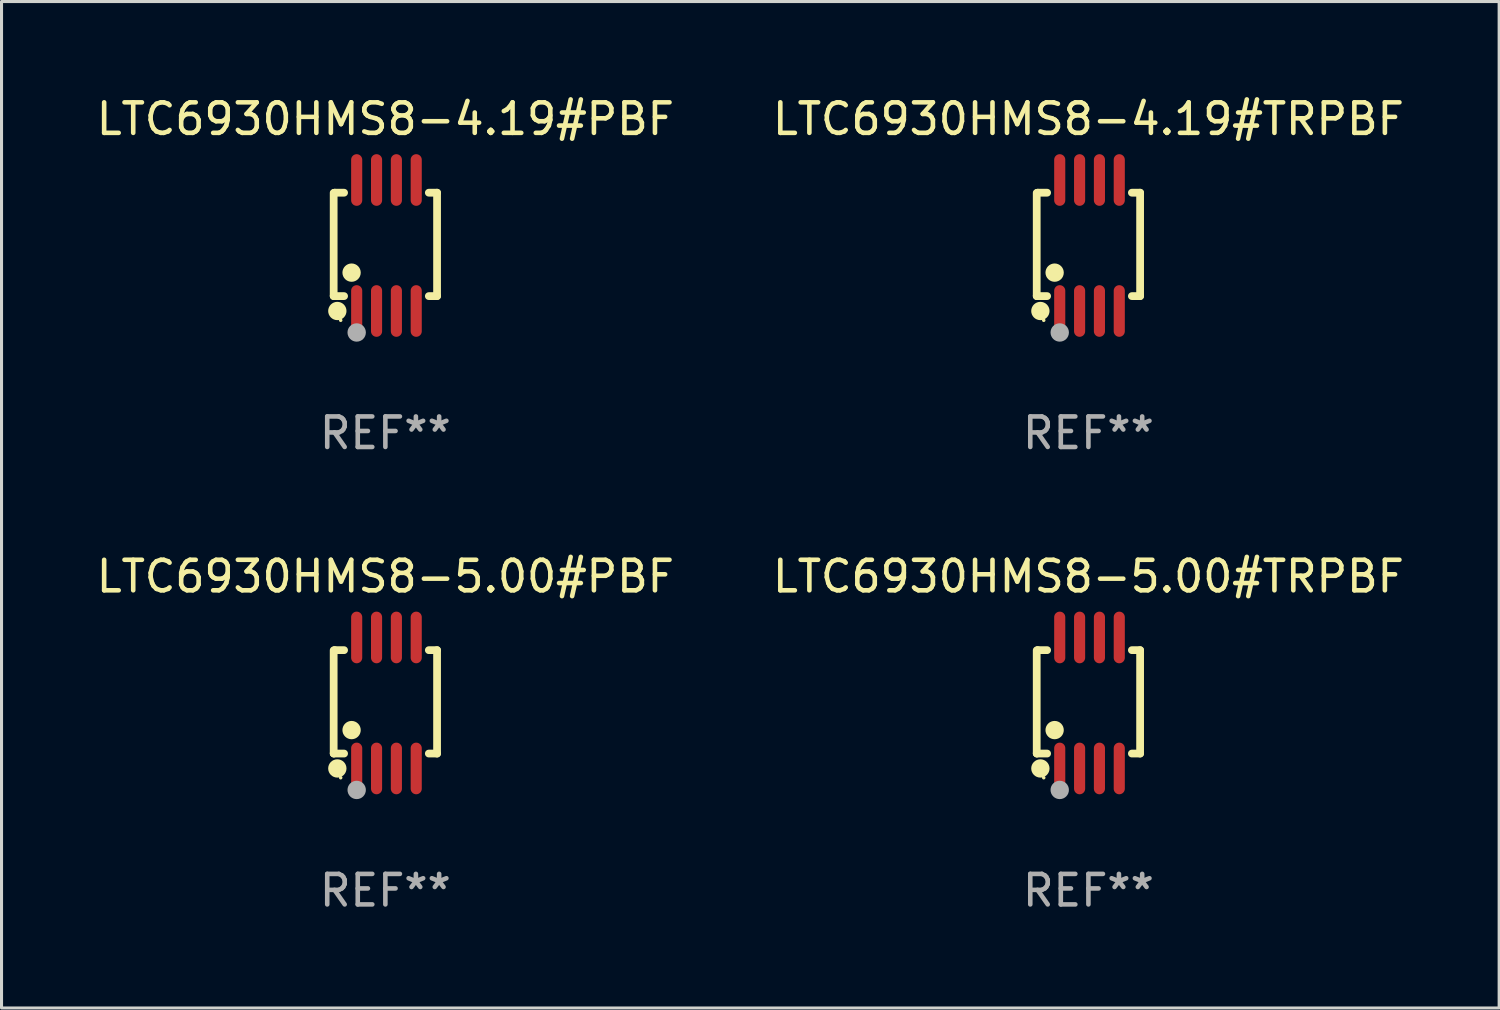
<source format=kicad_pcb>
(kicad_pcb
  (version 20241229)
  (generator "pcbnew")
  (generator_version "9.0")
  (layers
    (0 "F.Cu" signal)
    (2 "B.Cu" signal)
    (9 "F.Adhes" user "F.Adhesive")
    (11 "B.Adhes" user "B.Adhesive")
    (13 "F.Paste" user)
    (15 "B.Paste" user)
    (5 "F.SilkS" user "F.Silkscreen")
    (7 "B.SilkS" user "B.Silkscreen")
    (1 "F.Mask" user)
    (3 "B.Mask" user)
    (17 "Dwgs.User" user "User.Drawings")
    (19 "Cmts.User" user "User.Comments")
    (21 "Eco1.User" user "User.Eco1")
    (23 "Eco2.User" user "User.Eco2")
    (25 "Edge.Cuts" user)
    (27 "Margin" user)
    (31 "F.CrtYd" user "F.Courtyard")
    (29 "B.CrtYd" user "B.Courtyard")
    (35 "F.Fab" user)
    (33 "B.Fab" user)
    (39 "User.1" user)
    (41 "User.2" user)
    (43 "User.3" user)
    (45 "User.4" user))
  (footprint "LTC6930HMS8-5.00#PBF"
    (layer "F.Cu")
    (at 9.577 19.983)
    (property "Reference" "LTC6930HMS8-5.00#PBF" (at 0 -4.146 0) (layer "F.SilkS") (effects (font (size 1 1) (thickness 0.15))))
    (attr through_hole)
    (fp_line (start -1.694 -1.724) (end -1.694 1.652) (stroke (width 0.254) (type solid)) (layer "F.SilkS"))
    (fp_line (start -1.694 1.652) (end -1.688 1.658) (stroke (width 0.254) (type solid)) (layer "F.SilkS"))
    (fp_line (start -1.688 1.658) (end -1.353 1.658) (stroke (width 0.254) (type solid)) (layer "F.SilkS"))
    (fp_line (start -1.661 -1.73) (end -1.681 -1.71) (stroke (width 0.254) (type solid)) (layer "F.SilkS"))
    (fp_line (start -1.353 -1.73) (end -1.661 -1.73) (stroke (width 0.254) (type solid)) (layer "F.SilkS"))
    (fp_line (start 1.424 1.658) (end 1.694 1.658) (stroke (width 0.254) (type solid)) (layer "F.SilkS"))
    (fp_line (start 1.694 -1.73) (end 1.424 -1.73) (stroke (width 0.254) (type solid)) (layer "F.SilkS"))
    (fp_line (start 1.694 1.658) (end 1.694 -1.73) (stroke (width 0.254) (type solid)) (layer "F.SilkS"))
    (fp_circle (center -1.574 2.146) (end -1.424 2.146) (stroke (width 0.3) (type solid)) (fill no) (layer "F.SilkS"))
    (fp_circle (center -1.464 2.45) (end -1.434 2.45) (stroke (width 0.06) (type solid)) (fill no) (layer "F.SilkS"))
    (fp_circle (center -1.107 0.889) (end -0.957 0.889) (stroke (width 0.3) (type solid)) (fill no) (layer "F.SilkS"))
    (fp_circle (center -0.94 2.85) (end -0.789 2.85) (stroke (width 0.3) (type solid)) (fill no) (layer "F.Fab"))
    (fp_text user "REF**" (at 0 6.146 0) (layer "F.Fab") (effects (font (size 1 1) (thickness 0.15))))
    (pad "1" smd oval (at -0.94 2.146) (size 0.364 1.692) (layers "F.Cu" "F.Mask" "F.Paste"))
    (pad "2" smd oval (at -0.289 2.146) (size 0.364 1.692) (layers "F.Cu" "F.Mask" "F.Paste"))
    (pad "3" smd oval (at 0.361 2.146) (size 0.364 1.692) (layers "F.Cu" "F.Mask" "F.Paste"))
    (pad "4" smd oval (at 1.011 2.146) (size 0.364 1.692) (layers "F.Cu" "F.Mask" "F.Paste"))
    (pad "5" smd oval (at 1.011 -2.146) (size 0.364 1.692) (layers "F.Cu" "F.Mask" "F.Paste"))
    (pad "6" smd oval (at 0.361 -2.146) (size 0.364 1.692) (layers "F.Cu" "F.Mask" "F.Paste"))
    (pad "7" smd oval (at -0.289 -2.146) (size 0.364 1.692) (layers "F.Cu" "F.Mask" "F.Paste"))
    (pad "8" smd oval (at -0.94 -2.146) (size 0.364 1.692) (layers "F.Cu" "F.Mask" "F.Paste")))
  (footprint "LTC6930HMS8-5.00#TRPBF"
    (layer "F.Cu")
    (at 32.613 19.983)
    (property "Reference" "LTC6930HMS8-5.00#TRPBF" (at 0 -4.146 0) (layer "F.SilkS") (effects (font (size 1 1) (thickness 0.15))))
    (attr through_hole)
    (fp_line (start -1.694 -1.724) (end -1.694 1.652) (stroke (width 0.254) (type solid)) (layer "F.SilkS"))
    (fp_line (start -1.694 1.652) (end -1.688 1.658) (stroke (width 0.254) (type solid)) (layer "F.SilkS"))
    (fp_line (start -1.688 1.658) (end -1.353 1.658) (stroke (width 0.254) (type solid)) (layer "F.SilkS"))
    (fp_line (start -1.661 -1.73) (end -1.681 -1.71) (stroke (width 0.254) (type solid)) (layer "F.SilkS"))
    (fp_line (start -1.353 -1.73) (end -1.661 -1.73) (stroke (width 0.254) (type solid)) (layer "F.SilkS"))
    (fp_line (start 1.424 1.658) (end 1.694 1.658) (stroke (width 0.254) (type solid)) (layer "F.SilkS"))
    (fp_line (start 1.694 -1.73) (end 1.424 -1.73) (stroke (width 0.254) (type solid)) (layer "F.SilkS"))
    (fp_line (start 1.694 1.658) (end 1.694 -1.73) (stroke (width 0.254) (type solid)) (layer "F.SilkS"))
    (fp_circle (center -1.574 2.146) (end -1.424 2.146) (stroke (width 0.3) (type solid)) (fill no) (layer "F.SilkS"))
    (fp_circle (center -1.464 2.45) (end -1.434 2.45) (stroke (width 0.06) (type solid)) (fill no) (layer "F.SilkS"))
    (fp_circle (center -1.107 0.889) (end -0.957 0.889) (stroke (width 0.3) (type solid)) (fill no) (layer "F.SilkS"))
    (fp_circle (center -0.94 2.85) (end -0.789 2.85) (stroke (width 0.3) (type solid)) (fill no) (layer "F.Fab"))
    (fp_text user "REF**" (at 0 6.146 0) (layer "F.Fab") (effects (font (size 1 1) (thickness 0.15))))
    (pad "1" smd oval (at -0.94 2.146) (size 0.364 1.692) (layers "F.Cu" "F.Mask" "F.Paste"))
    (pad "2" smd oval (at -0.289 2.146) (size 0.364 1.692) (layers "F.Cu" "F.Mask" "F.Paste"))
    (pad "3" smd oval (at 0.361 2.146) (size 0.364 1.692) (layers "F.Cu" "F.Mask" "F.Paste"))
    (pad "4" smd oval (at 1.011 2.146) (size 0.364 1.692) (layers "F.Cu" "F.Mask" "F.Paste"))
    (pad "5" smd oval (at 1.011 -2.146) (size 0.364 1.692) (layers "F.Cu" "F.Mask" "F.Paste"))
    (pad "6" smd oval (at 0.361 -2.146) (size 0.364 1.692) (layers "F.Cu" "F.Mask" "F.Paste"))
    (pad "7" smd oval (at -0.289 -2.146) (size 0.364 1.692) (layers "F.Cu" "F.Mask" "F.Paste"))
    (pad "8" smd oval (at -0.94 -2.146) (size 0.364 1.692) (layers "F.Cu" "F.Mask" "F.Paste")))
  (footprint "LTC6930HMS8-4.19#PBF"
    (layer "F.Cu")
    (at 9.577 4.994)
    (property "Reference" "LTC6930HMS8-4.19#PBF" (at 0 -4.146 0) (layer "F.SilkS") (effects (font (size 1 1) (thickness 0.15))))
    (attr through_hole)
    (fp_line (start -1.694 -1.724) (end -1.694 1.652) (stroke (width 0.254) (type solid)) (layer "F.SilkS"))
    (fp_line (start -1.694 1.652) (end -1.688 1.658) (stroke (width 0.254) (type solid)) (layer "F.SilkS"))
    (fp_line (start -1.688 1.658) (end -1.353 1.658) (stroke (width 0.254) (type solid)) (layer "F.SilkS"))
    (fp_line (start -1.661 -1.73) (end -1.681 -1.71) (stroke (width 0.254) (type solid)) (layer "F.SilkS"))
    (fp_line (start -1.353 -1.73) (end -1.661 -1.73) (stroke (width 0.254) (type solid)) (layer "F.SilkS"))
    (fp_line (start 1.424 1.658) (end 1.694 1.658) (stroke (width 0.254) (type solid)) (layer "F.SilkS"))
    (fp_line (start 1.694 -1.73) (end 1.424 -1.73) (stroke (width 0.254) (type solid)) (layer "F.SilkS"))
    (fp_line (start 1.694 1.658) (end 1.694 -1.73) (stroke (width 0.254) (type solid)) (layer "F.SilkS"))
    (fp_circle (center -1.574 2.146) (end -1.424 2.146) (stroke (width 0.3) (type solid)) (fill no) (layer "F.SilkS"))
    (fp_circle (center -1.464 2.45) (end -1.434 2.45) (stroke (width 0.06) (type solid)) (fill no) (layer "F.SilkS"))
    (fp_circle (center -1.107 0.889) (end -0.957 0.889) (stroke (width 0.3) (type solid)) (fill no) (layer "F.SilkS"))
    (fp_circle (center -0.94 2.85) (end -0.789 2.85) (stroke (width 0.3) (type solid)) (fill no) (layer "F.Fab"))
    (fp_text user "REF**" (at 0 6.146 0) (layer "F.Fab") (effects (font (size 1 1) (thickness 0.15))))
    (pad "1" smd oval (at -0.94 2.146) (size 0.364 1.692) (layers "F.Cu" "F.Mask" "F.Paste"))
    (pad "2" smd oval (at -0.289 2.146) (size 0.364 1.692) (layers "F.Cu" "F.Mask" "F.Paste"))
    (pad "3" smd oval (at 0.361 2.146) (size 0.364 1.692) (layers "F.Cu" "F.Mask" "F.Paste"))
    (pad "4" smd oval (at 1.011 2.146) (size 0.364 1.692) (layers "F.Cu" "F.Mask" "F.Paste"))
    (pad "5" smd oval (at 1.011 -2.146) (size 0.364 1.692) (layers "F.Cu" "F.Mask" "F.Paste"))
    (pad "6" smd oval (at 0.361 -2.146) (size 0.364 1.692) (layers "F.Cu" "F.Mask" "F.Paste"))
    (pad "7" smd oval (at -0.289 -2.146) (size 0.364 1.692) (layers "F.Cu" "F.Mask" "F.Paste"))
    (pad "8" smd oval (at -0.94 -2.146) (size 0.364 1.692) (layers "F.Cu" "F.Mask" "F.Paste")))
  (footprint "LTC6930HMS8-4.19#TRPBF"
    (layer "F.Cu")
    (at 32.613 4.994)
    (property "Reference" "LTC6930HMS8-4.19#TRPBF" (at 0 -4.146 0) (layer "F.SilkS") (effects (font (size 1 1) (thickness 0.15))))
    (attr through_hole)
    (fp_line (start -1.694 -1.724) (end -1.694 1.652) (stroke (width 0.254) (type solid)) (layer "F.SilkS"))
    (fp_line (start -1.694 1.652) (end -1.688 1.658) (stroke (width 0.254) (type solid)) (layer "F.SilkS"))
    (fp_line (start -1.688 1.658) (end -1.353 1.658) (stroke (width 0.254) (type solid)) (layer "F.SilkS"))
    (fp_line (start -1.661 -1.73) (end -1.681 -1.71) (stroke (width 0.254) (type solid)) (layer "F.SilkS"))
    (fp_line (start -1.353 -1.73) (end -1.661 -1.73) (stroke (width 0.254) (type solid)) (layer "F.SilkS"))
    (fp_line (start 1.424 1.658) (end 1.694 1.658) (stroke (width 0.254) (type solid)) (layer "F.SilkS"))
    (fp_line (start 1.694 -1.73) (end 1.424 -1.73) (stroke (width 0.254) (type solid)) (layer "F.SilkS"))
    (fp_line (start 1.694 1.658) (end 1.694 -1.73) (stroke (width 0.254) (type solid)) (layer "F.SilkS"))
    (fp_circle (center -1.574 2.146) (end -1.424 2.146) (stroke (width 0.3) (type solid)) (fill no) (layer "F.SilkS"))
    (fp_circle (center -1.464 2.45) (end -1.434 2.45) (stroke (width 0.06) (type solid)) (fill no) (layer "F.SilkS"))
    (fp_circle (center -1.107 0.889) (end -0.957 0.889) (stroke (width 0.3) (type solid)) (fill no) (layer "F.SilkS"))
    (fp_circle (center -0.94 2.85) (end -0.789 2.85) (stroke (width 0.3) (type solid)) (fill no) (layer "F.Fab"))
    (fp_text user "REF**" (at 0 6.146 0) (layer "F.Fab") (effects (font (size 1 1) (thickness 0.15))))
    (pad "1" smd oval (at -0.94 2.146) (size 0.364 1.692) (layers "F.Cu" "F.Mask" "F.Paste"))
    (pad "2" smd oval (at -0.289 2.146) (size 0.364 1.692) (layers "F.Cu" "F.Mask" "F.Paste"))
    (pad "3" smd oval (at 0.361 2.146) (size 0.364 1.692) (layers "F.Cu" "F.Mask" "F.Paste"))
    (pad "4" smd oval (at 1.011 2.146) (size 0.364 1.692) (layers "F.Cu" "F.Mask" "F.Paste"))
    (pad "5" smd oval (at 1.011 -2.146) (size 0.364 1.692) (layers "F.Cu" "F.Mask" "F.Paste"))
    (pad "6" smd oval (at 0.361 -2.146) (size 0.364 1.692) (layers "F.Cu" "F.Mask" "F.Paste"))
    (pad "7" smd oval (at -0.289 -2.146) (size 0.364 1.692) (layers "F.Cu" "F.Mask" "F.Paste"))
    (pad "8" smd oval (at -0.94 -2.146) (size 0.364 1.692) (layers "F.Cu" "F.Mask" "F.Paste")))
  (gr_rect
    (start -3 -3)
    (end 46.071 29.977)
    (stroke (width 0.1) (type default))
    (fill no)
    (layer "Edge.Cuts")))
</source>
